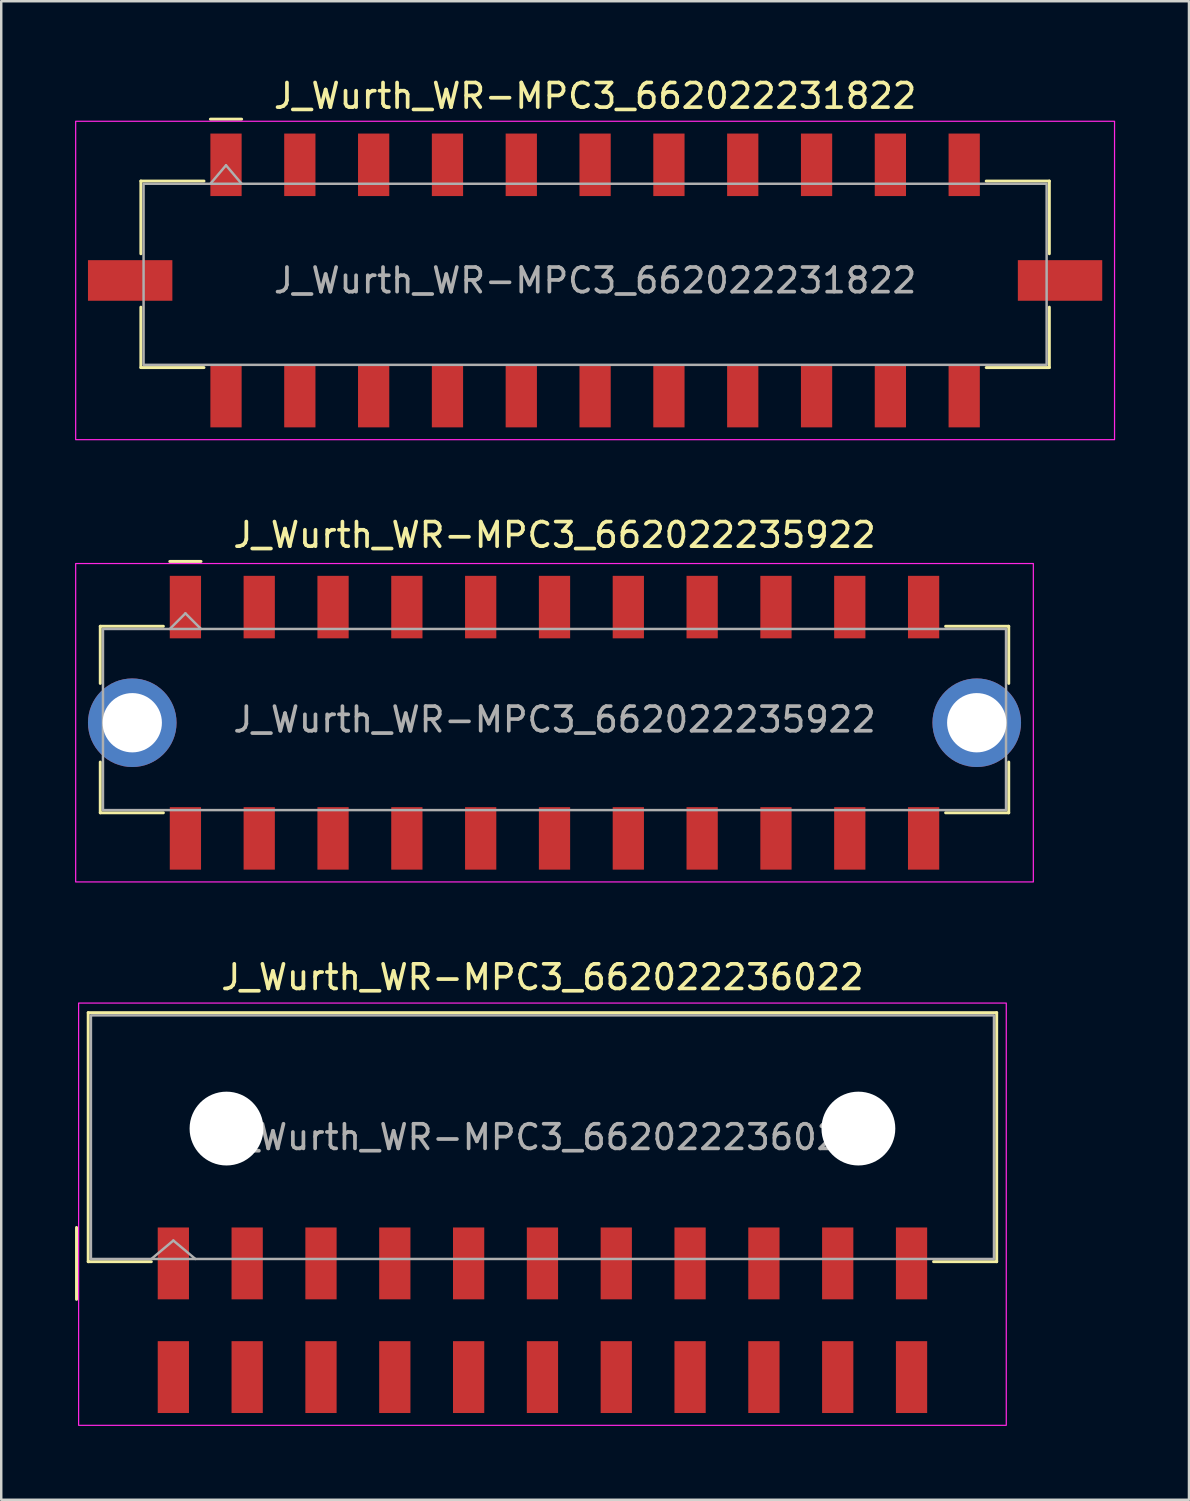
<source format=kicad_pcb>
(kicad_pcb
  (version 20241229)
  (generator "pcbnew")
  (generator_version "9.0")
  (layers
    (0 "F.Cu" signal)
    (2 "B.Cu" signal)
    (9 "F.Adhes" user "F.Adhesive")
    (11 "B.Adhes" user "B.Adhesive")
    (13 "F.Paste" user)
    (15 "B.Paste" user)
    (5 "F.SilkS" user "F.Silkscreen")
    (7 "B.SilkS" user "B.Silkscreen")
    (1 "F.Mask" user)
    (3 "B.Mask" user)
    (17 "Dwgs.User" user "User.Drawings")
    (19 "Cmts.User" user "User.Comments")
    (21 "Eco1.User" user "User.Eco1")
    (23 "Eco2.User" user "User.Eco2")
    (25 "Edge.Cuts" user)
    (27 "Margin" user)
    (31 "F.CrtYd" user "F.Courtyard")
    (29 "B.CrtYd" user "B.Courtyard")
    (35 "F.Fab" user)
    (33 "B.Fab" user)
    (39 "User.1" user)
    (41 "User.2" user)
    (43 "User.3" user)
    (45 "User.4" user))
  (footprint "J_Wurth_WR-MPC3_662022231822"
    (layer "F.Cu")
    (at 21.135 8.348)
    (property "Reference" "J_Wurth_WR-MPC3_662022231822" (at 0 -7.5 0) (unlocked yes) (layer "F.SilkS") (effects (font (size 1 1) (thickness 0.15))))
    (attr smd)
    (fp_line (start -18.46 -4.04) (end -15.895 -4.04) (stroke (width 0.12) (type solid)) (layer "F.SilkS"))
    (fp_line (start -18.46 -1.085) (end -18.46 -4.04) (stroke (width 0.12) (type solid)) (layer "F.SilkS"))
    (fp_line (start -18.46 3.54) (end -18.46 1.085) (stroke (width 0.12) (type solid)) (layer "F.SilkS"))
    (fp_line (start -18.46 3.54) (end -15.895 3.54) (stroke (width 0.12) (type solid)) (layer "F.SilkS"))
    (fp_line (start -15.635 -6.555) (end -14.365 -6.555) (stroke (width 0.12) (type solid)) (layer "F.SilkS"))
    (fp_line (start 15.895 -4.04) (end 18.46 -4.04) (stroke (width 0.12) (type solid)) (layer "F.SilkS"))
    (fp_line (start 15.895 3.54) (end 18.46 3.54) (stroke (width 0.12) (type solid)) (layer "F.SilkS"))
    (fp_line (start 18.46 -1.085) (end 18.46 -4.04) (stroke (width 0.12) (type solid)) (layer "F.SilkS"))
    (fp_line (start 18.46 3.54) (end 18.46 1.085) (stroke (width 0.12) (type solid)) (layer "F.SilkS"))
    (fp_rect (start -21.11 -6.47) (end 21.11 6.47) (stroke (width 0.05) (type solid)) (fill no) (layer "F.CrtYd"))
    (fp_line (start -15 -4.68) (end -15.635 -3.93) (stroke (width 0.1) (type solid)) (layer "F.Fab"))
    (fp_line (start -15 -4.68) (end -14.365 -3.93) (stroke (width 0.1) (type solid)) (layer "F.Fab"))
    (fp_rect (start -18.35 -3.93) (end 18.35 3.43) (stroke (width 0.1) (type solid)) (fill no) (layer "F.Fab"))
    (fp_text user "${REFERENCE}" (at 0 0 0) (unlocked yes) (layer "F.Fab") (effects (font (size 1 1) (thickness 0.15))))
    (pad "1" smd rect (at -15 -4.7 180) (size 1.27 2.54) (layers "F.Cu" "F.Mask" "F.Paste"))
    (pad "2" smd rect (at -12 -4.7 180) (size 1.27 2.54) (layers "F.Cu" "F.Mask" "F.Paste"))
    (pad "3" smd rect (at -9 -4.7 180) (size 1.27 2.54) (layers "F.Cu" "F.Mask" "F.Paste"))
    (pad "4" smd rect (at -6 -4.7 180) (size 1.27 2.54) (layers "F.Cu" "F.Mask" "F.Paste"))
    (pad "5" smd rect (at -3 -4.7 180) (size 1.27 2.54) (layers "F.Cu" "F.Mask" "F.Paste"))
    (pad "6" smd rect (at 0 -4.7 180) (size 1.27 2.54) (layers "F.Cu" "F.Mask" "F.Paste"))
    (pad "7" smd rect (at 3 -4.7 180) (size 1.27 2.54) (layers "F.Cu" "F.Mask" "F.Paste"))
    (pad "8" smd rect (at 6 -4.7 180) (size 1.27 2.54) (layers "F.Cu" "F.Mask" "F.Paste"))
    (pad "9" smd rect (at 9 -4.7 180) (size 1.27 2.54) (layers "F.Cu" "F.Mask" "F.Paste"))
    (pad "10" smd rect (at 12 -4.7 180) (size 1.27 2.54) (layers "F.Cu" "F.Mask" "F.Paste"))
    (pad "11" smd rect (at 15 -4.7 180) (size 1.27 2.54) (layers "F.Cu" "F.Mask" "F.Paste"))
    (pad "12" smd rect (at -15 4.7 180) (size 1.27 2.54) (layers "F.Cu" "F.Mask" "F.Paste"))
    (pad "13" smd rect (at -12 4.7 180) (size 1.27 2.54) (layers "F.Cu" "F.Mask" "F.Paste"))
    (pad "14" smd rect (at -9 4.7 180) (size 1.27 2.54) (layers "F.Cu" "F.Mask" "F.Paste"))
    (pad "15" smd rect (at -6 4.7 180) (size 1.27 2.54) (layers "F.Cu" "F.Mask" "F.Paste"))
    (pad "16" smd rect (at -3 4.7 180) (size 1.27 2.54) (layers "F.Cu" "F.Mask" "F.Paste"))
    (pad "17" smd rect (at 0 4.7 180) (size 1.27 2.54) (layers "F.Cu" "F.Mask" "F.Paste"))
    (pad "18" smd rect (at 3 4.7 180) (size 1.27 2.54) (layers "F.Cu" "F.Mask" "F.Paste"))
    (pad "19" smd rect (at 6 4.7 180) (size 1.27 2.54) (layers "F.Cu" "F.Mask" "F.Paste"))
    (pad "20" smd rect (at 9 4.7 180) (size 1.27 2.54) (layers "F.Cu" "F.Mask" "F.Paste"))
    (pad "21" smd rect (at 12 4.7 180) (size 1.27 2.54) (layers "F.Cu" "F.Mask" "F.Paste"))
    (pad "22" smd rect (at 15 4.7 180) (size 1.27 2.54) (layers "F.Cu" "F.Mask" "F.Paste"))
    (pad "MP1" smd rect (at 18.895 0 180) (size 3.43 1.65) (layers "F.Cu" "F.Mask" "F.Paste"))
    (pad "MP2" smd rect (at -18.895 0 180) (size 3.43 1.65) (layers "F.Cu" "F.Mask" "F.Paste")))
  (footprint "J_Wurth_WR-MPC3_662022236022"
    (layer "F.Cu")
    (at 18.995 43.165)
    (property "Reference" "J_Wurth_WR-MPC3_662022236022" (at 0 -6.5 0) (unlocked yes) (layer "F.SilkS") (effects (font (size 1 1) (thickness 0.15))))
    (attr smd)
    (fp_line (start -18.935 3.67) (end -18.935 6.59) (stroke (width 0.12) (type solid)) (layer "F.SilkS"))
    (fp_line (start -18.46 -5.06) (end 18.46 -5.06) (stroke (width 0.12) (type default)) (layer "F.SilkS"))
    (fp_line (start -18.46 5.06) (end -18.46 -5.06) (stroke (width 0.12) (type default)) (layer "F.SilkS"))
    (fp_line (start -15.895 5.06) (end -18.46 5.06) (stroke (width 0.12) (type solid)) (layer "F.SilkS"))
    (fp_line (start 18.46 -5.06) (end 18.46 5.06) (stroke (width 0.12) (type default)) (layer "F.SilkS"))
    (fp_line (start 18.46 5.06) (end 15.895 5.06) (stroke (width 0.12) (type solid)) (layer "F.SilkS"))
    (fp_rect (start -18.85 -5.45) (end 18.85 11.71) (stroke (width 0.05) (type solid)) (fill no) (layer "F.CrtYd"))
    (fp_line (start -15 4.2) (end -15.895 4.95) (stroke (width 0.1) (type solid)) (layer "F.Fab"))
    (fp_line (start -15 4.2) (end -14.105 4.95) (stroke (width 0.1) (type solid)) (layer "F.Fab"))
    (fp_rect (start -18.35 -4.95) (end 18.35 4.95) (stroke (width 0.1) (type solid)) (fill no) (layer "F.Fab"))
    (fp_text user "${REFERENCE}" (at 0 0 0) (unlocked yes) (layer "F.Fab") (effects (font (size 1 1) (thickness 0.15))))
    (pad "" np_thru_hole circle (at -12.84 -0.35 180) (size 3 3) (drill 3) (layers "*.Cu" "*.Mask"))
    (pad "" np_thru_hole circle (at 12.84 -0.35 180) (size 3 3) (drill 3) (layers "*.Cu" "*.Mask"))
    (pad "1" smd rect (at -15 5.13 180) (size 1.27 2.92) (layers "F.Cu" "F.Mask" "F.Paste"))
    (pad "2" smd rect (at -12 5.13 180) (size 1.27 2.92) (layers "F.Cu" "F.Mask" "F.Paste"))
    (pad "3" smd rect (at -9 5.13 180) (size 1.27 2.92) (layers "F.Cu" "F.Mask" "F.Paste"))
    (pad "4" smd rect (at -6 5.13 180) (size 1.27 2.92) (layers "F.Cu" "F.Mask" "F.Paste"))
    (pad "5" smd rect (at -3 5.13 180) (size 1.27 2.92) (layers "F.Cu" "F.Mask" "F.Paste"))
    (pad "6" smd rect (at 0 5.13 180) (size 1.27 2.92) (layers "F.Cu" "F.Mask" "F.Paste"))
    (pad "7" smd rect (at 3 5.13 180) (size 1.27 2.92) (layers "F.Cu" "F.Mask" "F.Paste"))
    (pad "8" smd rect (at 6 5.13 180) (size 1.27 2.92) (layers "F.Cu" "F.Mask" "F.Paste"))
    (pad "9" smd rect (at 9 5.13 180) (size 1.27 2.92) (layers "F.Cu" "F.Mask" "F.Paste"))
    (pad "10" smd rect (at 12 5.13 180) (size 1.27 2.92) (layers "F.Cu" "F.Mask" "F.Paste"))
    (pad "11" smd rect (at 15 5.13 180) (size 1.27 2.92) (layers "F.Cu" "F.Mask" "F.Paste"))
    (pad "12" smd rect (at -15 9.75 180) (size 1.27 2.92) (layers "F.Cu" "F.Mask" "F.Paste"))
    (pad "13" smd rect (at -12 9.75 180) (size 1.27 2.92) (layers "F.Cu" "F.Mask" "F.Paste"))
    (pad "14" smd rect (at -9 9.75 180) (size 1.27 2.92) (layers "F.Cu" "F.Mask" "F.Paste"))
    (pad "15" smd rect (at -6 9.75 180) (size 1.27 2.92) (layers "F.Cu" "F.Mask" "F.Paste"))
    (pad "16" smd rect (at -3 9.75 180) (size 1.27 2.92) (layers "F.Cu" "F.Mask" "F.Paste"))
    (pad "17" smd rect (at 0 9.75 180) (size 1.27 2.92) (layers "F.Cu" "F.Mask" "F.Paste"))
    (pad "18" smd rect (at 3 9.75 180) (size 1.27 2.92) (layers "F.Cu" "F.Mask" "F.Paste"))
    (pad "19" smd rect (at 6 9.75 180) (size 1.27 2.92) (layers "F.Cu" "F.Mask" "F.Paste"))
    (pad "20" smd rect (at 9 9.75 180) (size 1.27 2.92) (layers "F.Cu" "F.Mask" "F.Paste"))
    (pad "21" smd rect (at 12 9.75 180) (size 1.27 2.92) (layers "F.Cu" "F.Mask" "F.Paste"))
    (pad "22" smd rect (at 15 9.75 180) (size 1.27 2.92) (layers "F.Cu" "F.Mask" "F.Paste")))
  (footprint "J_Wurth_WR-MPC3_662022235922"
    (layer "F.Cu")
    (at 19.485 26.192)
    (property "Reference" "J_Wurth_WR-MPC3_662022235922" (at 0 -7.5 0) (unlocked yes) (layer "F.SilkS") (effects (font (size 1 1) (thickness 0.15))))
    (attr smd)
    (fp_line (start -18.46 -3.79) (end -18.46 -1.468) (stroke (width 0.12) (type default)) (layer "F.SilkS"))
    (fp_line (start -18.46 1.728) (end -18.46 3.79) (stroke (width 0.12) (type default)) (layer "F.SilkS"))
    (fp_line (start -15.895 -3.79) (end -18.46 -3.79) (stroke (width 0.12) (type solid)) (layer "F.SilkS"))
    (fp_line (start -15.895 3.79) (end -18.46 3.79) (stroke (width 0.12) (type solid)) (layer "F.SilkS"))
    (fp_line (start -15.635 -6.425) (end -14.365 -6.425) (stroke (width 0.12) (type solid)) (layer "F.SilkS"))
    (fp_line (start 18.46 -3.79) (end 15.895 -3.79) (stroke (width 0.12) (type solid)) (layer "F.SilkS"))
    (fp_line (start 18.46 -3.79) (end 18.46 -1.468) (stroke (width 0.12) (type default)) (layer "F.SilkS"))
    (fp_line (start 18.46 1.728) (end 18.46 3.79) (stroke (width 0.12) (type default)) (layer "F.SilkS"))
    (fp_line (start 18.46 3.79) (end 15.895 3.79) (stroke (width 0.12) (type solid)) (layer "F.SilkS"))
    (fp_rect (start -19.46 -6.34) (end 19.46 6.6) (stroke (width 0.05) (type solid)) (fill no) (layer "F.CrtYd"))
    (fp_line (start -15 -4.315) (end -15.635 -3.68) (stroke (width 0.1) (type default)) (layer "F.Fab"))
    (fp_line (start -14.365 -3.68) (end -15 -4.315) (stroke (width 0.1) (type default)) (layer "F.Fab"))
    (fp_rect (start -18.35 -3.68) (end 18.35 3.68) (stroke (width 0.1) (type solid)) (fill no) (layer "F.Fab"))
    (fp_text user "${REFERENCE}" (at 0 0 0) (unlocked yes) (layer "F.Fab") (effects (font (size 1 1) (thickness 0.15))))
    (pad "1" smd rect (at -15 -4.57 180) (size 1.27 2.54) (layers "F.Cu" "F.Mask" "F.Paste"))
    (pad "2" smd rect (at -12 -4.57 180) (size 1.27 2.54) (layers "F.Cu" "F.Mask" "F.Paste"))
    (pad "3" smd rect (at -9 -4.57 180) (size 1.27 2.54) (layers "F.Cu" "F.Mask" "F.Paste"))
    (pad "4" smd rect (at -6 -4.57 180) (size 1.27 2.54) (layers "F.Cu" "F.Mask" "F.Paste"))
    (pad "5" smd rect (at -3 -4.57 180) (size 1.27 2.54) (layers "F.Cu" "F.Mask" "F.Paste"))
    (pad "6" smd rect (at 0 -4.57 180) (size 1.27 2.54) (layers "F.Cu" "F.Mask" "F.Paste"))
    (pad "7" smd rect (at 3 -4.57 180) (size 1.27 2.54) (layers "F.Cu" "F.Mask" "F.Paste"))
    (pad "8" smd rect (at 6 -4.57 180) (size 1.27 2.54) (layers "F.Cu" "F.Mask" "F.Paste"))
    (pad "9" smd rect (at 9 -4.57 180) (size 1.27 2.54) (layers "F.Cu" "F.Mask" "F.Paste"))
    (pad "10" smd rect (at 12 -4.57 180) (size 1.27 2.54) (layers "F.Cu" "F.Mask" "F.Paste"))
    (pad "11" smd rect (at 15 -4.57 180) (size 1.27 2.54) (layers "F.Cu" "F.Mask" "F.Paste"))
    (pad "12" smd rect (at -15 4.83 180) (size 1.27 2.54) (layers "F.Cu" "F.Mask" "F.Paste"))
    (pad "13" smd rect (at -12 4.83 180) (size 1.27 2.54) (layers "F.Cu" "F.Mask" "F.Paste"))
    (pad "14" smd rect (at -9 4.83 180) (size 1.27 2.54) (layers "F.Cu" "F.Mask" "F.Paste"))
    (pad "15" smd rect (at -6 4.83 180) (size 1.27 2.54) (layers "F.Cu" "F.Mask" "F.Paste"))
    (pad "16" smd rect (at -3 4.83 180) (size 1.27 2.54) (layers "F.Cu" "F.Mask" "F.Paste"))
    (pad "17" smd rect (at 0 4.83 180) (size 1.27 2.54) (layers "F.Cu" "F.Mask" "F.Paste"))
    (pad "18" smd rect (at 3 4.83 180) (size 1.27 2.54) (layers "F.Cu" "F.Mask" "F.Paste"))
    (pad "19" smd rect (at 6 4.83 180) (size 1.27 2.54) (layers "F.Cu" "F.Mask" "F.Paste"))
    (pad "20" smd rect (at 9 4.83 180) (size 1.27 2.54) (layers "F.Cu" "F.Mask" "F.Paste"))
    (pad "21" smd rect (at 12 4.83 180) (size 1.27 2.54) (layers "F.Cu" "F.Mask" "F.Paste"))
    (pad "22" smd rect (at 15 4.83 180) (size 1.27 2.54) (layers "F.Cu" "F.Mask" "F.Paste"))
    (pad "MH1" thru_hole circle (at 17.16 0.13 180) (size 3.6 3.6) (drill 2.41) (layers "*.Cu" "*.Mask"))
    (pad "MH2" thru_hole circle (at -17.16 0.13 180) (size 3.6 3.6) (drill 2.41) (layers "*.Cu" "*.Mask")))
  (gr_rect
    (start -3 -3)
    (end 45.27 57.9)
    (stroke (width 0.1) (type default))
    (fill no)
    (layer "Edge.Cuts")))
</source>
